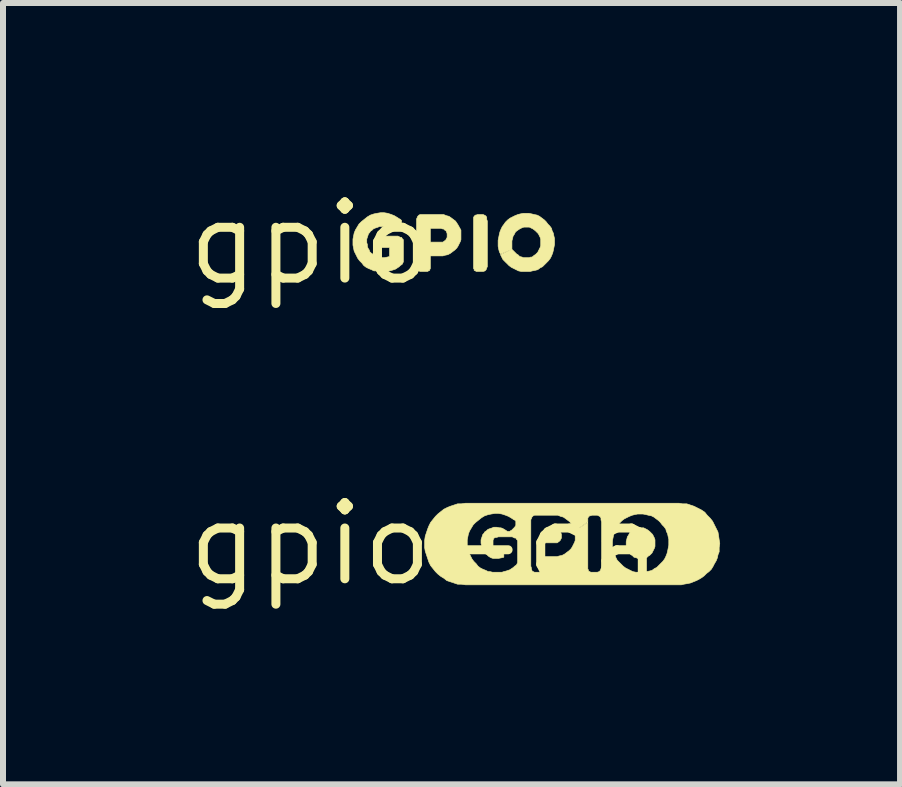
<source format=kicad_pcb>
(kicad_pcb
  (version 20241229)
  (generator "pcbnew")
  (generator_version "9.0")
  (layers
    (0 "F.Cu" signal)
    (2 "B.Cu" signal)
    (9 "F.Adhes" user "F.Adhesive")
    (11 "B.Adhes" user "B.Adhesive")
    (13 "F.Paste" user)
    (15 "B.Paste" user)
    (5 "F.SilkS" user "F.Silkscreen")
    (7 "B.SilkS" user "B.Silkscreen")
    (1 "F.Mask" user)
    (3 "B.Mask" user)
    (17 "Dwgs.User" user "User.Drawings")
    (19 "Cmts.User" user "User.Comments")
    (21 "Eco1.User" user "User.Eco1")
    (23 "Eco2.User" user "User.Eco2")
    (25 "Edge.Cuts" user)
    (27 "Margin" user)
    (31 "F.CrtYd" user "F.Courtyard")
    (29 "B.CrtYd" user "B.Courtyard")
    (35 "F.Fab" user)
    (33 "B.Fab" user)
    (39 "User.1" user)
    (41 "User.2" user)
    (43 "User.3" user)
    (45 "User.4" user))
  (footprint "gpio"
    (layer "F.Cu")
    (at 2.124 1.006)
    (property "Reference" "gpio" (at 0 0 0) (layer "F.SilkS") (effects (font (size 1.27 1.27) (thickness 0.15))))
    (attr board_only exclude_from_pos_files exclude_from_bom)
    (fp_poly (pts (xy 2.72 -0.37) (xy 2.72 0.36) (xy 2.72 0.39) (xy 2.72 0.42) (xy 2.73 0.43) (xy 2.73 0.45) (xy 2.75 0.46) (xy 2.77 0.47) (xy 2.79 0.47) (xy 2.82 0.47) (xy 2.85 0.47) (xy 2.88 0.47) (xy 2.91 0.46) (xy 2.92 0.45) (xy 2.93 0.44) (xy 2.94 0.41) (xy 2.95 0.39) (xy 2.95 -0.37) (xy 2.94 -0.4) (xy 2.94 -0.43) (xy 2.93 -0.45) (xy 2.92 -0.46) (xy 2.9 -0.47) (xy 2.88 -0.48) (xy 2.85 -0.48) (xy 2.82 -0.48) (xy 2.79 -0.48) (xy 2.76 -0.47) (xy 2.75 -0.47) (xy 2.74 -0.46) (xy 2.73 -0.45) (xy 2.72 -0.43) (xy 2.72 -0.41) (xy 2.72 -0.37)) (stroke (width 0.01) (type solid)) (fill yes) (layer "F.SilkS"))
    (fp_poly (pts (xy 2.51 -0.22) (xy 2.46 -0.31) (xy 2.44 -0.34) (xy 2.42 -0.37) (xy 2.38 -0.4) (xy 2.34 -0.43) (xy 2.31 -0.45) (xy 2.27 -0.46) (xy 2.22 -0.48) (xy 2.18 -0.48) (xy 1.89 -0.48) (xy 1.85 -0.48) (xy 1.83 -0.48) (xy 1.81 -0.47) (xy 1.8 -0.46) (xy 1.79 -0.45) (xy 1.78 -0.43) (xy 1.78 -0.42) (xy 1.77 -0.41) (xy 1.77 0.37) (xy 1.78 0.4) (xy 1.78 0.42) (xy 1.79 0.44) (xy 1.79 0.45) (xy 1.81 0.46) (xy 1.83 0.47) (xy 1.86 0.47) (xy 1.89 0.47) (xy 1.92 0.47) (xy 1.95 0.47) (xy 1.97 0.46) (xy 1.99 0.45) (xy 1.99 0.44) (xy 2 0.42) (xy 2 0.38) (xy 2 0.21) (xy 2.18 0.21) (xy 2.21 0.21) (xy 2.24 0.2) (xy 2.29 0.19) (xy 2.21 -0.02) (xy 2 -0.02) (xy 2 -0.25) (xy 2.17 -0.25) (xy 2.18 -0.25) (xy 2.2 -0.24) (xy 2.22 -0.24) (xy 2.24 -0.22) (xy 2.26 -0.21) (xy 2.27 -0.19) (xy 2.28 -0.16) (xy 2.28 -0.13) (xy 2.28 -0.1) (xy 2.27 -0.08) (xy 2.26 -0.06) (xy 2.25 -0.05) (xy 2.21 -0.02) (xy 2.29 0.19) (xy 2.33 0.17) (xy 2.37 0.14) (xy 2.41 0.11) (xy 2.44 0.08) (xy 2.46 0.05) (xy 2.48 0.01) (xy 2.5 -0.03) (xy 2.51 -0.06) (xy 2.51 -0.1) (xy 2.51 -0.22)) (stroke (width 0.01) (type solid)) (fill yes) (layer "F.SilkS"))
    (fp_poly (pts (xy 3.6 -0.5) (xy 3.55 -0.5) (xy 3.5 -0.49) (xy 3.46 -0.48) (xy 3.41 -0.46) (xy 3.37 -0.44) (xy 3.33 -0.42) (xy 3.29 -0.39) (xy 3.25 -0.35) (xy 3.23 -0.32) (xy 3.2 -0.28) (xy 3.18 -0.24) (xy 3.16 -0.19) (xy 3.15 -0.15) (xy 3.14 -0.1) (xy 3.13 -0.05) (xy 3.13 0) (xy 3.13 0.05) (xy 3.14 0.1) (xy 3.15 0.14) (xy 3.17 0.18) (xy 3.36 0.1) (xy 3.36 -0.04) (xy 3.37 -0.08) (xy 3.38 -0.12) (xy 3.4 -0.15) (xy 3.42 -0.19) (xy 3.46 -0.22) (xy 3.49 -0.24) (xy 3.53 -0.26) (xy 3.56 -0.27) (xy 3.58 -0.27) (xy 3.6 -0.27) (xy 3.62 -0.27) (xy 3.65 -0.27) (xy 3.67 -0.26) (xy 3.69 -0.25) (xy 3.71 -0.24) (xy 3.75 -0.21) (xy 3.78 -0.18) (xy 3.8 -0.16) (xy 3.81 -0.14) (xy 3.82 -0.12) (xy 3.83 -0.1) (xy 3.84 -0.07) (xy 3.84 -0.04) (xy 3.84 -0.01) (xy 3.84 0.02) (xy 3.84 0.04) (xy 3.83 0.07) (xy 3.82 0.09) (xy 3.81 0.11) (xy 3.8 0.13) (xy 3.79 0.15) (xy 3.77 0.17) (xy 3.75 0.19) (xy 3.73 0.2) (xy 3.71 0.22) (xy 3.69 0.23) (xy 3.67 0.23) (xy 3.65 0.24) (xy 3.62 0.24) (xy 3.6 0.24) (xy 3.58 0.24) (xy 3.55 0.24) (xy 3.53 0.23) (xy 3.49 0.22) (xy 3.46 0.19) (xy 3.44 0.18) (xy 3.36 0.1) (xy 3.17 0.19) (xy 3.19 0.23) (xy 3.21 0.27) (xy 3.24 0.3) (xy 3.28 0.34) (xy 3.31 0.37) (xy 3.35 0.4) (xy 3.39 0.42) (xy 3.43 0.44) (xy 3.47 0.46) (xy 3.52 0.47) (xy 3.56 0.47) (xy 3.61 0.47) (xy 3.66 0.47) (xy 3.7 0.46) (xy 3.75 0.45) (xy 3.79 0.44) (xy 3.83 0.41) (xy 3.87 0.39) (xy 3.9 0.36) (xy 3.94 0.32) (xy 3.97 0.29) (xy 4 0.25) (xy 4.02 0.21) (xy 4.04 0.16) (xy 4.05 0.12) (xy 4.06 0.07) (xy 4.07 0.02) (xy 4.07 -0.03) (xy 4.07 -0.08) (xy 4.06 -0.12) (xy 4.05 -0.17) (xy 4.03 -0.21) (xy 4.02 -0.25) (xy 3.99 -0.29) (xy 3.96 -0.32) (xy 3.93 -0.36) (xy 3.9 -0.39) (xy 3.86 -0.42) (xy 3.82 -0.45) (xy 3.78 -0.47) (xy 3.73 -0.48) (xy 3.69 -0.49) (xy 3.64 -0.5) (xy 3.6 -0.5)) (stroke (width 0.01) (type solid)) (fill yes) (layer "F.SilkS"))
    (fp_poly (pts (xy 1.23 -0.12) (xy 1.2 -0.11) (xy 1.18 -0.11) (xy 1.16 -0.1) (xy 1.15 -0.09) (xy 1.14 -0.06) (xy 1.14 -0.04) (xy 1.14 0.01) (xy 1.14 0.04) (xy 1.15 0.05) (xy 1.16 0.06) (xy 1.17 0.07) (xy 1.18 0.07) (xy 1.21 0.07) (xy 1.32 0.07) (xy 1.32 0.22) (xy 1.28 0.23) (xy 1.23 0.24) (xy 1.18 0.24) (xy 1.14 0.24) (xy 1.11 0.23) (xy 1.09 0.22) (xy 1.06 0.2) (xy 1.04 0.18) (xy 1.01 0.16) (xy 0.99 0.14) (xy 0.98 0.11) (xy 0.96 0.08) (xy 0.95 0.05) (xy 0.95 0.02) (xy 0.94 -0.01) (xy 0.94 -0.04) (xy 0.94 -0.07) (xy 0.95 -0.1) (xy 0.96 -0.13) (xy 0.97 -0.16) (xy 0.99 -0.18) (xy 1 -0.2) (xy 1.03 -0.22) (xy 1.05 -0.24) (xy 1.07 -0.25) (xy 1.1 -0.26) (xy 1.13 -0.27) (xy 1.15 -0.28) (xy 1.2 -0.28) (xy 1.25 -0.27) (xy 1.27 -0.27) (xy 1.3 -0.26) (xy 1.35 -0.23) (xy 1.38 -0.21) (xy 1.4 -0.21) (xy 1.42 -0.21) (xy 1.43 -0.22) (xy 1.45 -0.23) (xy 1.48 -0.26) (xy 1.5 -0.28) (xy 1.52 -0.31) (xy 1.52 -0.34) (xy 1.52 -0.36) (xy 1.52 -0.38) (xy 1.5 -0.4) (xy 1.48 -0.41) (xy 1.45 -0.43) (xy 1.4 -0.46) (xy 1.35 -0.48) (xy 1.29 -0.5) (xy 1.23 -0.51) (xy 1.17 -0.51) (xy 1.11 -0.5) (xy 1.06 -0.49) (xy 1 -0.47) (xy 0.95 -0.44) (xy 0.9 -0.4) (xy 0.85 -0.36) (xy 0.81 -0.32) (xy 0.78 -0.27) (xy 0.75 -0.22) (xy 0.73 -0.17) (xy 0.72 -0.12) (xy 0.71 -0.07) (xy 0.71 -0.02) (xy 0.71 0.03) (xy 0.72 0.08) (xy 0.73 0.13) (xy 0.75 0.17) (xy 0.77 0.21) (xy 0.79 0.25) (xy 0.82 0.29) (xy 0.86 0.33) (xy 0.89 0.37) (xy 0.93 0.4) (xy 0.97 0.42) (xy 1.02 0.44) (xy 1.06 0.46) (xy 1.09 0.46) (xy 1.13 0.47) (xy 1.16 0.47) (xy 1.2 0.47) (xy 1.25 0.47) (xy 1.29 0.47) (xy 1.32 0.46) (xy 1.36 0.45) (xy 1.39 0.44) (xy 1.42 0.43) (xy 1.45 0.41) (xy 1.48 0.39) (xy 1.5 0.37) (xy 1.53 0.35) (xy 1.54 0.33) (xy 1.55 0.31) (xy 1.55 0.29) (xy 1.55 -0.02) (xy 1.55 -0.04) (xy 1.55 -0.06) (xy 1.54 -0.07) (xy 1.53 -0.08) (xy 1.52 -0.1) (xy 1.5 -0.1) (xy 1.48 -0.11) (xy 1.46 -0.12) (xy 1.23 -0.12)) (stroke (width 0.01) (type solid)) (fill yes) (layer "F.SilkS")))
  (footprint "gpio-ca"
    (layer "F.Cu")
    (at 4.029 6.019)
    (property "Reference" "gpio-ca" (at 0 0 0) (layer "F.SilkS") (effects (font (size 1.27 1.27) (thickness 0.15))))
    (attr board_only exclude_from_pos_files exclude_from_bom)
    (fp_poly (pts (xy 2.21 -0.02) (xy 2.25 -0.05) (xy 2.26 -0.06) (xy 2.27 -0.08) (xy 2.28 -0.1) (xy 2.28 -0.13) (xy 2.28 -0.16) (xy 2.27 -0.19) (xy 2.26 -0.21) (xy 2.24 -0.22) (xy 2.22 -0.24) (xy 2.2 -0.24) (xy 2.18 -0.25) (xy 2.17 -0.25) (xy 2 -0.25) (xy 2 -0.02) (xy 2.21 -0.02)) (stroke (width 0.01) (type solid)) (fill yes) (layer "F.SilkS"))
    (fp_poly (pts (xy 3.36 0.1) (xy 3.44 0.18) (xy 3.46 0.19) (xy 3.49 0.22) (xy 3.53 0.23) (xy 3.55 0.24) (xy 3.58 0.24) (xy 3.6 0.24) (xy 3.62 0.24) (xy 3.65 0.24) (xy 3.67 0.23) (xy 3.69 0.23) (xy 3.71 0.22) (xy 3.73 0.2) (xy 3.75 0.19) (xy 3.77 0.17) (xy 3.79 0.15) (xy 3.8 0.13) (xy 3.81 0.11) (xy 3.82 0.09) (xy 3.83 0.07) (xy 3.84 0.04) (xy 3.84 0.02) (xy 3.84 -0.01) (xy 3.84 -0.04) (xy 3.84 -0.07) (xy 3.83 -0.1) (xy 3.82 -0.12) (xy 3.81 -0.14) (xy 3.8 -0.16) (xy 3.78 -0.18) (xy 3.75 -0.21) (xy 3.71 -0.24) (xy 3.69 -0.25) (xy 3.67 -0.26) (xy 3.65 -0.27) (xy 3.62 -0.27) (xy 3.6 -0.27) (xy 3.58 -0.27) (xy 3.56 -0.27) (xy 3.53 -0.26) (xy 3.51 -0.25) (xy 3.49 -0.24) (xy 3.46 -0.22) (xy 3.42 -0.19) (xy 3.4 -0.15) (xy 3.38 -0.12) (xy 3.37 -0.08) (xy 3.36 -0.04) (xy 3.36 0.1)) (stroke (width 0.01) (type solid)) (fill yes) (layer "F.SilkS"))
    (fp_poly (pts (xy 0.68 -0.68) (xy 0.61 -0.67) (xy 0.55 -0.67) (xy 0.49 -0.65) (xy 0.43 -0.63) (xy 0.38 -0.61) (xy 0.32 -0.58) (xy 0.27 -0.54) (xy 0.22 -0.5) (xy 0.18 -0.46) (xy 0.14 -0.41) (xy 0.1 -0.36) (xy 0.07 -0.3) (xy 0.05 -0.25) (xy 0.03 -0.19) (xy 0.01 -0.13) (xy 0 -0.06) (xy 0 0) (xy 0 0.06) (xy 0.01 0.12) (xy 0.03 0.18) (xy 0.05 0.24) (xy 0.07 0.3) (xy 0.1 0.36) (xy 0.14 0.41) (xy 0.18 0.46) (xy 0.22 0.5) (xy 0.27 0.54) (xy 0.32 0.57) (xy 0.37 0.61) (xy 0.43 0.63) (xy 0.49 0.65) (xy 0.55 0.67) (xy 0.61 0.67) (xy 0.68 0.68) (xy 4.24 0.68) (xy 4.28 0.68) (xy 4.32 0.67) (xy 4.38 0.66) (xy 4.43 0.65) (xy 4.48 0.63) (xy 4.53 0.61) (xy 4.57 0.59) (xy 4.62 0.56) (xy 4.66 0.53) (xy 4.7 0.49) (xy 4.74 0.46) (xy 4.78 0.42) (xy 4.81 0.37) (xy 4.83 0.33) (xy 4.86 0.28) (xy 4.88 0.23) (xy 4.89 0.18) (xy 4.91 0.13) (xy 4.91 0.06) (xy 4.92 -0.01) (xy 4.91 -0.07) (xy 4.9 -0.14) (xy 4.89 -0.2) (xy 4.86 -0.26) (xy 4.83 -0.32) (xy 4.8 -0.38) (xy 4.76 -0.43) (xy 4.71 -0.48) (xy 4.67 -0.53) (xy 4.61 -0.57) (xy 4.55 -0.6) (xy 4.49 -0.63) (xy 4.43 -0.65) (xy 4.37 -0.67) (xy 4.3 -0.67) (xy 4.24 -0.68) (xy 0.68 -0.68) (xy 0.9 -0.4) (xy 0.95 -0.44) (xy 1 -0.47) (xy 1.06 -0.49) (xy 1.11 -0.5) (xy 1.17 -0.51) (xy 1.23 -0.51) (xy 1.29 -0.5) (xy 1.35 -0.48) (xy 1.4 -0.46) (xy 1.45 -0.43) (xy 1.48 -0.41) (xy 1.5 -0.4) (xy 1.52 -0.38) (xy 1.52 -0.36) (xy 1.52 -0.34) (xy 1.52 -0.31) (xy 1.5 -0.28) (xy 1.48 -0.26) (xy 1.45 -0.23) (xy 1.43 -0.22) (xy 1.42 -0.21) (xy 1.4 -0.21) (xy 1.38 -0.21) (xy 1.35 -0.23) (xy 1.3 -0.26) (xy 1.27 -0.27) (xy 1.25 -0.27) (xy 1.2 -0.28) (xy 1.15 -0.28) (xy 1.13 -0.27) (xy 1.1 -0.26) (xy 1.07 -0.25) (xy 1.05 -0.24) (xy 1.03 -0.22) (xy 1 -0.2) (xy 0.99 -0.18) (xy 0.97 -0.16) (xy 0.96 -0.13) (xy 0.95 -0.1) (xy 0.94 -0.07) (xy 0.94 -0.04) (xy 0.94 -0.01) (xy 0.95 0.02) (xy 0.95 0.05) (xy 0.96 0.08) (xy 0.98 0.11) (xy 0.99 0.14) (xy 1.01 0.16) (xy 1.04 0.18) (xy 1.06 0.2) (xy 1.09 0.22) (xy 1.11 0.23) (xy 1.14 0.24) (xy 1.18 0.24) (xy 1.23 0.24) (xy 1.28 0.23) (xy 1.32 0.22) (xy 1.32 0.07) (xy 1.21 0.07) (xy 1.18 0.07) (xy 1.17 0.07) (xy 1.16 0.06) (xy 1.15 0.05) (xy 1.14 0.04) (xy 1.14 0.01) (xy 1.14 -0.04) (xy 1.14 -0.06) (xy 1.15 -0.09) (xy 1.16 -0.1) (xy 1.18 -0.11) (xy 1.2 -0.11) (xy 1.23 -0.12) (xy 1.46 -0.12) (xy 1.48 -0.11) (xy 1.5 -0.1) (xy 1.52 -0.1) (xy 1.53 -0.08) (xy 1.54 -0.07) (xy 1.55 -0.06) (xy 1.55 -0.04) (xy 1.55 -0.02) (xy 1.55 0.29) (xy 1.55 0.31) (xy 1.77 0.37) (xy 1.77 -0.41) (xy 1.78 -0.42) (xy 1.78 -0.43) (xy 1.79 -0.45) (xy 1.8 -0.46) (xy 1.81 -0.47) (xy 1.83 -0.48) (xy 1.86 -0.48) (xy 1.89 -0.48) (xy 2.18 -0.48) (xy 2.22 -0.48) (xy 2.27 -0.46) (xy 2.31 -0.45) (xy 2.34 -0.43) (xy 2.38 -0.4) (xy 2.42 -0.37) (xy 2.44 -0.34) (xy 2.46 -0.31) (xy 2.51 -0.22) (xy 2.72 -0.37) (xy 2.72 -0.41) (xy 2.72 -0.43) (xy 2.73 -0.45) (xy 2.74 -0.46) (xy 2.75 -0.47) (xy 2.76 -0.47) (xy 2.79 -0.48) (xy 2.82 -0.48) (xy 2.85 -0.48) (xy 2.88 -0.48) (xy 2.9 -0.47) (xy 2.92 -0.46) (xy 2.93 -0.45) (xy 2.94 -0.43) (xy 2.94 -0.4) (xy 2.95 -0.37) (xy 3.18 -0.24) (xy 3.2 -0.28) (xy 3.23 -0.32) (xy 3.25 -0.35) (xy 3.29 -0.39) (xy 3.33 -0.42) (xy 3.37 -0.44) (xy 3.41 -0.46) (xy 3.46 -0.48) (xy 3.5 -0.49) (xy 3.55 -0.5) (xy 3.6 -0.5) (xy 3.64 -0.5) (xy 3.69 -0.49) (xy 3.73 -0.48) (xy 3.78 -0.47) (xy 3.82 -0.45) (xy 3.86 -0.42) (xy 3.9 -0.39) (xy 3.93 -0.36) (xy 3.96 -0.32) (xy 3.99 -0.29) (xy 4.02 -0.25) (xy 4.03 -0.21) (xy 4.05 -0.17) (xy 4.06 -0.12) (xy 4.07 -0.08) (xy 4.07 -0.03) (xy 4.07 0.02) (xy 4.06 0.07) (xy 4.05 0.12) (xy 4.04 0.16) (xy 4.02 0.21) (xy 4 0.25) (xy 3.97 0.29) (xy 3.94 0.32) (xy 3.9 0.36) (xy 3.87 0.39) (xy 3.83 0.41) (xy 3.79 0.44) (xy 3.75 0.45) (xy 3.7 0.46) (xy 3.66 0.47) (xy 3.61 0.47) (xy 3.56 0.47) (xy 3.52 0.47) (xy 3.47 0.46) (xy 3.43 0.44) (xy 3.39 0.42) (xy 3.35 0.4) (xy 3.31 0.37) (xy 3.28 0.34) (xy 3.24 0.3) (xy 3.21 0.27) (xy 3.19 0.23) (xy 3.17 0.18) (xy 3.15 0.14) (xy 3.14 0.1) (xy 3.13 0.05) (xy 3.13 0) (xy 3.13 -0.05) (xy 3.14 -0.1) (xy 3.15 -0.15) (xy 3.16 -0.19) (xy 3.18 -0.24) (xy 2.95 -0.37) (xy 2.95 0.39) (xy 2.94 0.41) (xy 2.93 0.44) (xy 2.92 0.45) (xy 2.91 0.46) (xy 2.88 0.47) (xy 2.85 0.47) (xy 2.82 0.47) (xy 2.79 0.47) (xy 2.77 0.47) (xy 2.75 0.46) (xy 2.73 0.45) (xy 2.73 0.43) (xy 2.72 0.42) (xy 2.72 0.39) (xy 2.72 0.36) (xy 2.72 -0.36) (xy 2.51 -0.22) (xy 2.51 -0.1) (xy 2.51 -0.06) (xy 2.5 -0.03) (xy 2.48 0.01) (xy 2.46 0.05) (xy 2.44 0.08) (xy 2.41 0.11) (xy 2.37 0.14) (xy 2.33 0.17) (xy 2.29 0.19) (xy 2.24 0.2) (xy 2.21 0.21) (xy 2.18 0.21) (xy 2 0.21) (xy 2 0.38) (xy 2 0.42) (xy 1.99 0.44) (xy 1.99 0.45) (xy 1.97 0.46) (xy 1.95 0.47) (xy 1.92 0.47) (xy 1.89 0.47) (xy 1.86 0.47) (xy 1.83 0.47) (xy 1.81 0.46) (xy 1.79 0.45) (xy 1.79 0.44) (xy 1.78 0.42) (xy 1.78 0.4) (xy 1.77 0.37) (xy 1.55 0.31) (xy 1.54 0.33) (xy 1.53 0.35) (xy 1.5 0.37) (xy 1.48 0.39) (xy 1.45 0.41) (xy 1.42 0.43) (xy 1.39 0.44) (xy 1.36 0.45) (xy 1.32 0.46) (xy 1.29 0.47) (xy 1.25 0.47) (xy 1.2 0.47) (xy 1.16 0.47) (xy 1.13 0.47) (xy 1.09 0.46) (xy 1.06 0.46) (xy 1.02 0.44) (xy 0.97 0.42) (xy 0.93 0.4) (xy 0.89 0.37) (xy 0.86 0.33) (xy 0.82 0.29) (xy 0.79 0.25) (xy 0.77 0.21) (xy 0.75 0.17) (xy 0.73 0.13) (xy 0.72 0.08) (xy 0.71 0.03) (xy 0.71 -0.02) (xy 0.71 -0.07) (xy 0.72 -0.12) (xy 0.73 -0.17) (xy 0.75 -0.22) (xy 0.78 -0.27) (xy 0.81 -0.32) (xy 0.85 -0.36) (xy 0.9 -0.4) (xy 0.68 -0.68)) (stroke (width 0.01) (type solid)) (fill yes) (layer "F.SilkS")))
  (gr_rect
    (start -3 -3)
    (end 11.954 10.025)
    (stroke (width 0.1) (type default))
    (fill no)
    (layer "Edge.Cuts")))
</source>
